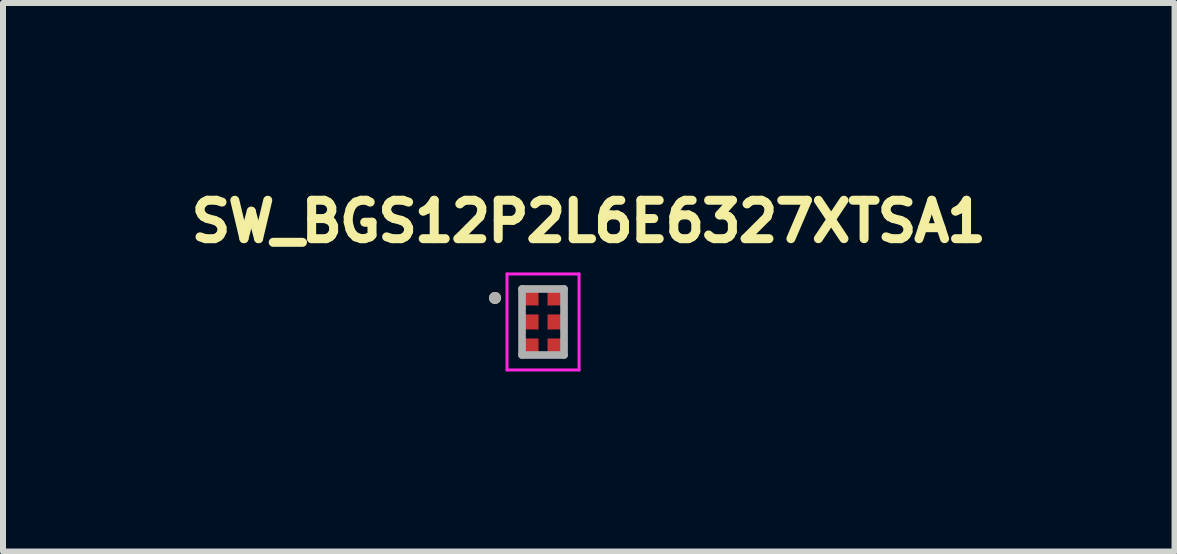
<source format=kicad_pcb>
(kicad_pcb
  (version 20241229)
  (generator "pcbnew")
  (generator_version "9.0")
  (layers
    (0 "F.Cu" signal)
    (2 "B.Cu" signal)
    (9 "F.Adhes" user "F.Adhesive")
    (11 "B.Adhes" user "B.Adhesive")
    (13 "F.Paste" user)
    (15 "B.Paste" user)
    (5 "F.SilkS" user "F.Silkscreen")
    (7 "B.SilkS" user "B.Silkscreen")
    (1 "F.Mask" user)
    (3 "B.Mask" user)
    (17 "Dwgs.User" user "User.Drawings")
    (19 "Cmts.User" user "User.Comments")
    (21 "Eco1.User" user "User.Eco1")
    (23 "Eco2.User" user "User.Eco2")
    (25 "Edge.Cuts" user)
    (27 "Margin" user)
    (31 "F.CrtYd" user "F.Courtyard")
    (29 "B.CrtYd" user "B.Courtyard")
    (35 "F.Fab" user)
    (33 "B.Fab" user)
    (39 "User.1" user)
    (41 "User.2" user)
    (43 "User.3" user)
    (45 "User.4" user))
  (footprint "SW_BGS12P2L6E6327XTSA1"
    (layer "F.Cu")
    (at 5.997 2.314)
    (property "Reference" "SW_BGS12P2L6E6327XTSA1" (at 0.762 -1.676 0) (layer "F.SilkS") (effects (font (size 0.64 0.64) (thickness 0.15))))
    (attr through_hole)
    (fp_poly (pts (xy -0.35 -0.55) (xy -0.05 -0.55) (xy -0.05 -0.25) (xy -0.35 -0.25)) (stroke (width 0.01) (type solid)) (fill yes) (layer "F.Mask"))
    (fp_poly (pts (xy -0.35 -0.15) (xy -0.05 -0.15) (xy -0.05 0.15) (xy -0.35 0.15)) (stroke (width 0.01) (type solid)) (fill yes) (layer "F.Mask"))
    (fp_poly (pts (xy -0.35 0.25) (xy -0.05 0.25) (xy -0.05 0.55) (xy -0.35 0.55)) (stroke (width 0.01) (type solid)) (fill yes) (layer "F.Mask"))
    (fp_poly (pts (xy 0.05 -0.55) (xy 0.35 -0.55) (xy 0.35 -0.25) (xy 0.05 -0.25)) (stroke (width 0.01) (type solid)) (fill yes) (layer "F.Mask"))
    (fp_poly (pts (xy 0.05 -0.15) (xy 0.35 -0.15) (xy 0.35 0.15) (xy 0.05 0.15)) (stroke (width 0.01) (type solid)) (fill yes) (layer "F.Mask"))
    (fp_poly (pts (xy 0.05 0.25) (xy 0.35 0.25) (xy 0.35 0.55) (xy 0.05 0.55)) (stroke (width 0.01) (type solid)) (fill yes) (layer "F.Mask"))
    (fp_circle (center -0.8 -0.4) (end -0.75 -0.4) (stroke (width 0.1) (type solid)) (fill no) (layer "F.SilkS"))
    (fp_circle (center -0.2 -0.4) (end -0.138 -0.4) (stroke (width 0.125) (type solid)) (fill no) (layer "F.Paste"))
    (fp_circle (center -0.2 0) (end -0.138 0) (stroke (width 0.125) (type solid)) (fill no) (layer "F.Paste"))
    (fp_circle (center -0.2 0.4) (end -0.138 0.4) (stroke (width 0.125) (type solid)) (fill no) (layer "F.Paste"))
    (fp_circle (center 0.2 -0.4) (end 0.263 -0.4) (stroke (width 0.125) (type solid)) (fill no) (layer "F.Paste"))
    (fp_circle (center 0.2 0) (end 0.263 0) (stroke (width 0.125) (type solid)) (fill no) (layer "F.Paste"))
    (fp_circle (center 0.2 0.4) (end 0.263 0.4) (stroke (width 0.125) (type solid)) (fill no) (layer "F.Paste"))
    (fp_line (start -0.6 -0.8) (end 0.6 -0.8) (stroke (width 0.05) (type solid)) (layer "F.CrtYd"))
    (fp_line (start -0.6 0.8) (end -0.6 -0.8) (stroke (width 0.05) (type solid)) (layer "F.CrtYd"))
    (fp_line (start 0.6 -0.8) (end 0.6 0.8) (stroke (width 0.05) (type solid)) (layer "F.CrtYd"))
    (fp_line (start 0.6 0.8) (end -0.6 0.8) (stroke (width 0.05) (type solid)) (layer "F.CrtYd"))
    (fp_line (start -0.35 -0.55) (end 0.35 -0.55) (stroke (width 0.127) (type solid)) (layer "F.Fab"))
    (fp_line (start -0.35 0.55) (end -0.35 -0.55) (stroke (width 0.127) (type solid)) (layer "F.Fab"))
    (fp_line (start 0.35 -0.55) (end 0.35 0.55) (stroke (width 0.127) (type solid)) (layer "F.Fab"))
    (fp_line (start 0.35 0.55) (end -0.35 0.55) (stroke (width 0.127) (type solid)) (layer "F.Fab"))
    (fp_circle (center -0.8 -0.4) (end -0.75 -0.4) (stroke (width 0.1) (type solid)) (fill no) (layer "F.Fab"))
    (pad "1" smd rect (at -0.2 -0.4 90) (size 0.25 0.25) (layers "F.Cu"))
    (pad "2" smd rect (at -0.2 0 90) (size 0.25 0.25) (layers "F.Cu"))
    (pad "3" smd rect (at -0.2 0.4 90) (size 0.25 0.25) (layers "F.Cu"))
    (pad "4" smd rect (at 0.2 0.4 90) (size 0.25 0.25) (layers "F.Cu"))
    (pad "5" smd rect (at 0.2 0 90) (size 0.25 0.25) (layers "F.Cu"))
    (pad "6" smd rect (at 0.2 -0.4 90) (size 0.25 0.25) (layers "F.Cu")))
  (gr_rect
    (start -3 -3)
    (end 16.518 6.139)
    (stroke (width 0.1) (type default))
    (fill no)
    (layer "Edge.Cuts")))
</source>
